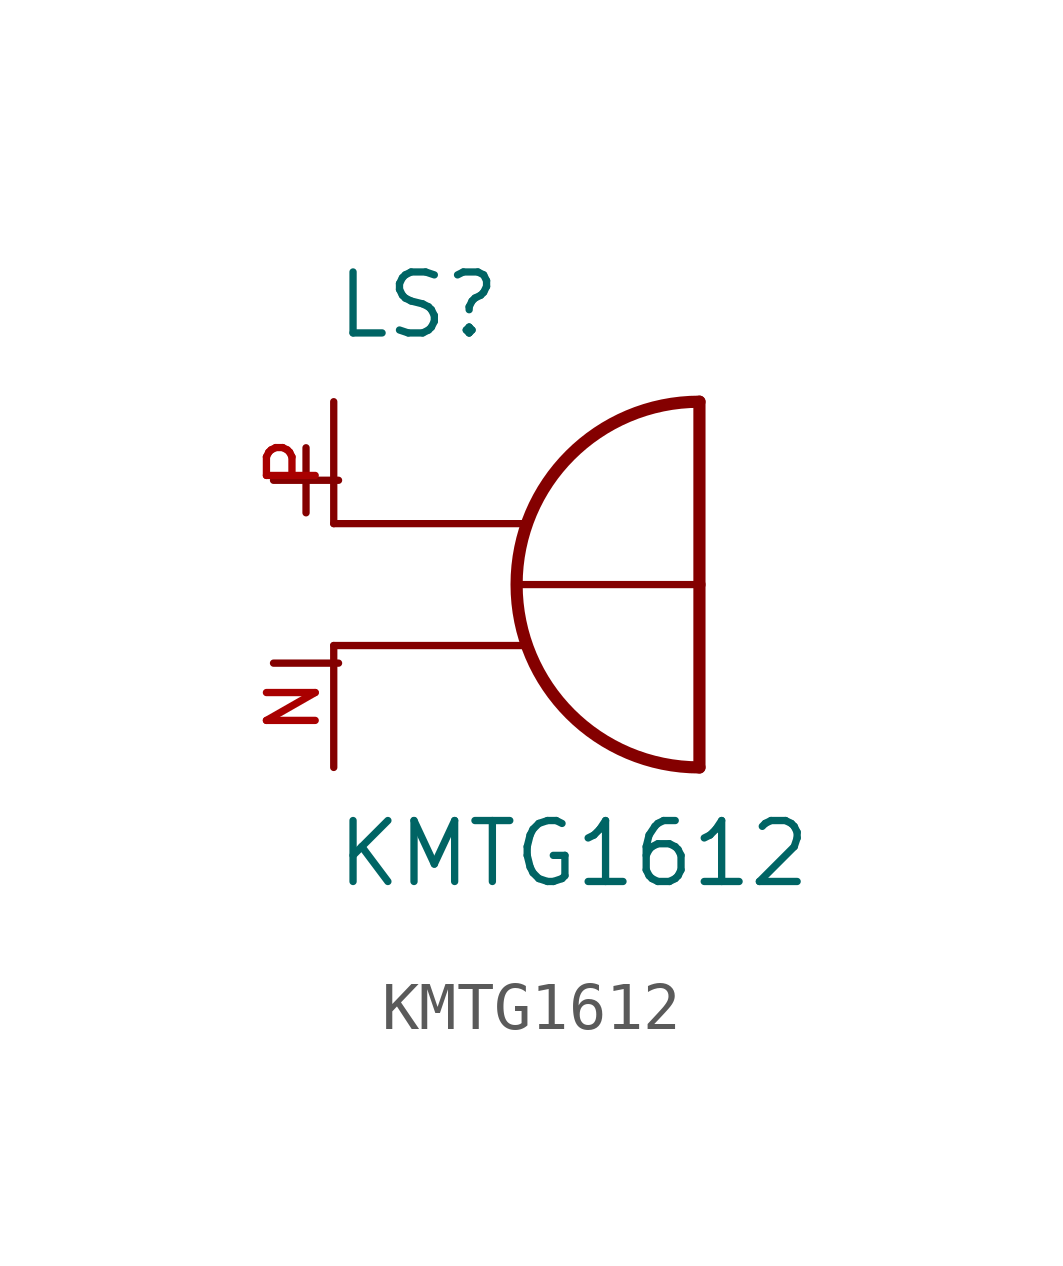
<source format=kicad_sym>
(kicad_symbol_lib
  (version 20211014)
  (generator kicad_symbol_editor)
  (symbol "KMTG1612"
    (pin_names
      (offset 1.016))
    (property "Reference" "LS"
      (at -2.54 6.35 0)
      (effects (font (size 1.27 1.27)) (justify bottom left)))
    (property "Value" "KMTG1612"
      (at -2.54 -5.08 0)
      (effects (font (size 1.27 1.27)) (justify bottom left)))
    (symbol "KMTG1612_0_0"
      (arc (start 5.08 -2.54) (mid 1.27 1.27) (end 5.08 5.08) (stroke (width 0.254) (type default) (color 0 0 0 0)) (fill (type none)))
      (polyline (pts (xy 5.08 5.08) (xy 5.08 1.27)) (stroke (width 0.254)))
      (polyline (pts (xy 1.27 1.27) (xy 5.08 1.27)) (stroke (width 0.152)))
      (polyline (pts (xy 5.08 1.27) (xy 5.08 -2.54)) (stroke (width 0.254)))
      (polyline (pts (xy -2.54 0.0) (xy 1.397 0.0)) (stroke (width 0.152)))
      (polyline (pts (xy -2.54 2.54) (xy 1.397 2.54)) (stroke (width 0.152)))
      (text "+" (at -4.318 2.54 0) (effects (font (size 1.778 1.778)) (justify bottom left)))
      (text "-" (at -4.318 -1.27 0) (effects (font (size 1.778 1.778)) (justify bottom left)))
      (pin passive line (at -2.54 5.08 270.0) (length 2.54) (name "~" (effects (font (size 1.016 1.016)))) (number "P" (effects (font (size 1.016 1.016)))))
      (pin passive line (at -2.54 -2.54 90.0) (length 2.54) (name "~" (effects (font (size 1.016 1.016)))) (number "N" (effects (font (size 1.016 1.016))))))))
</source>
